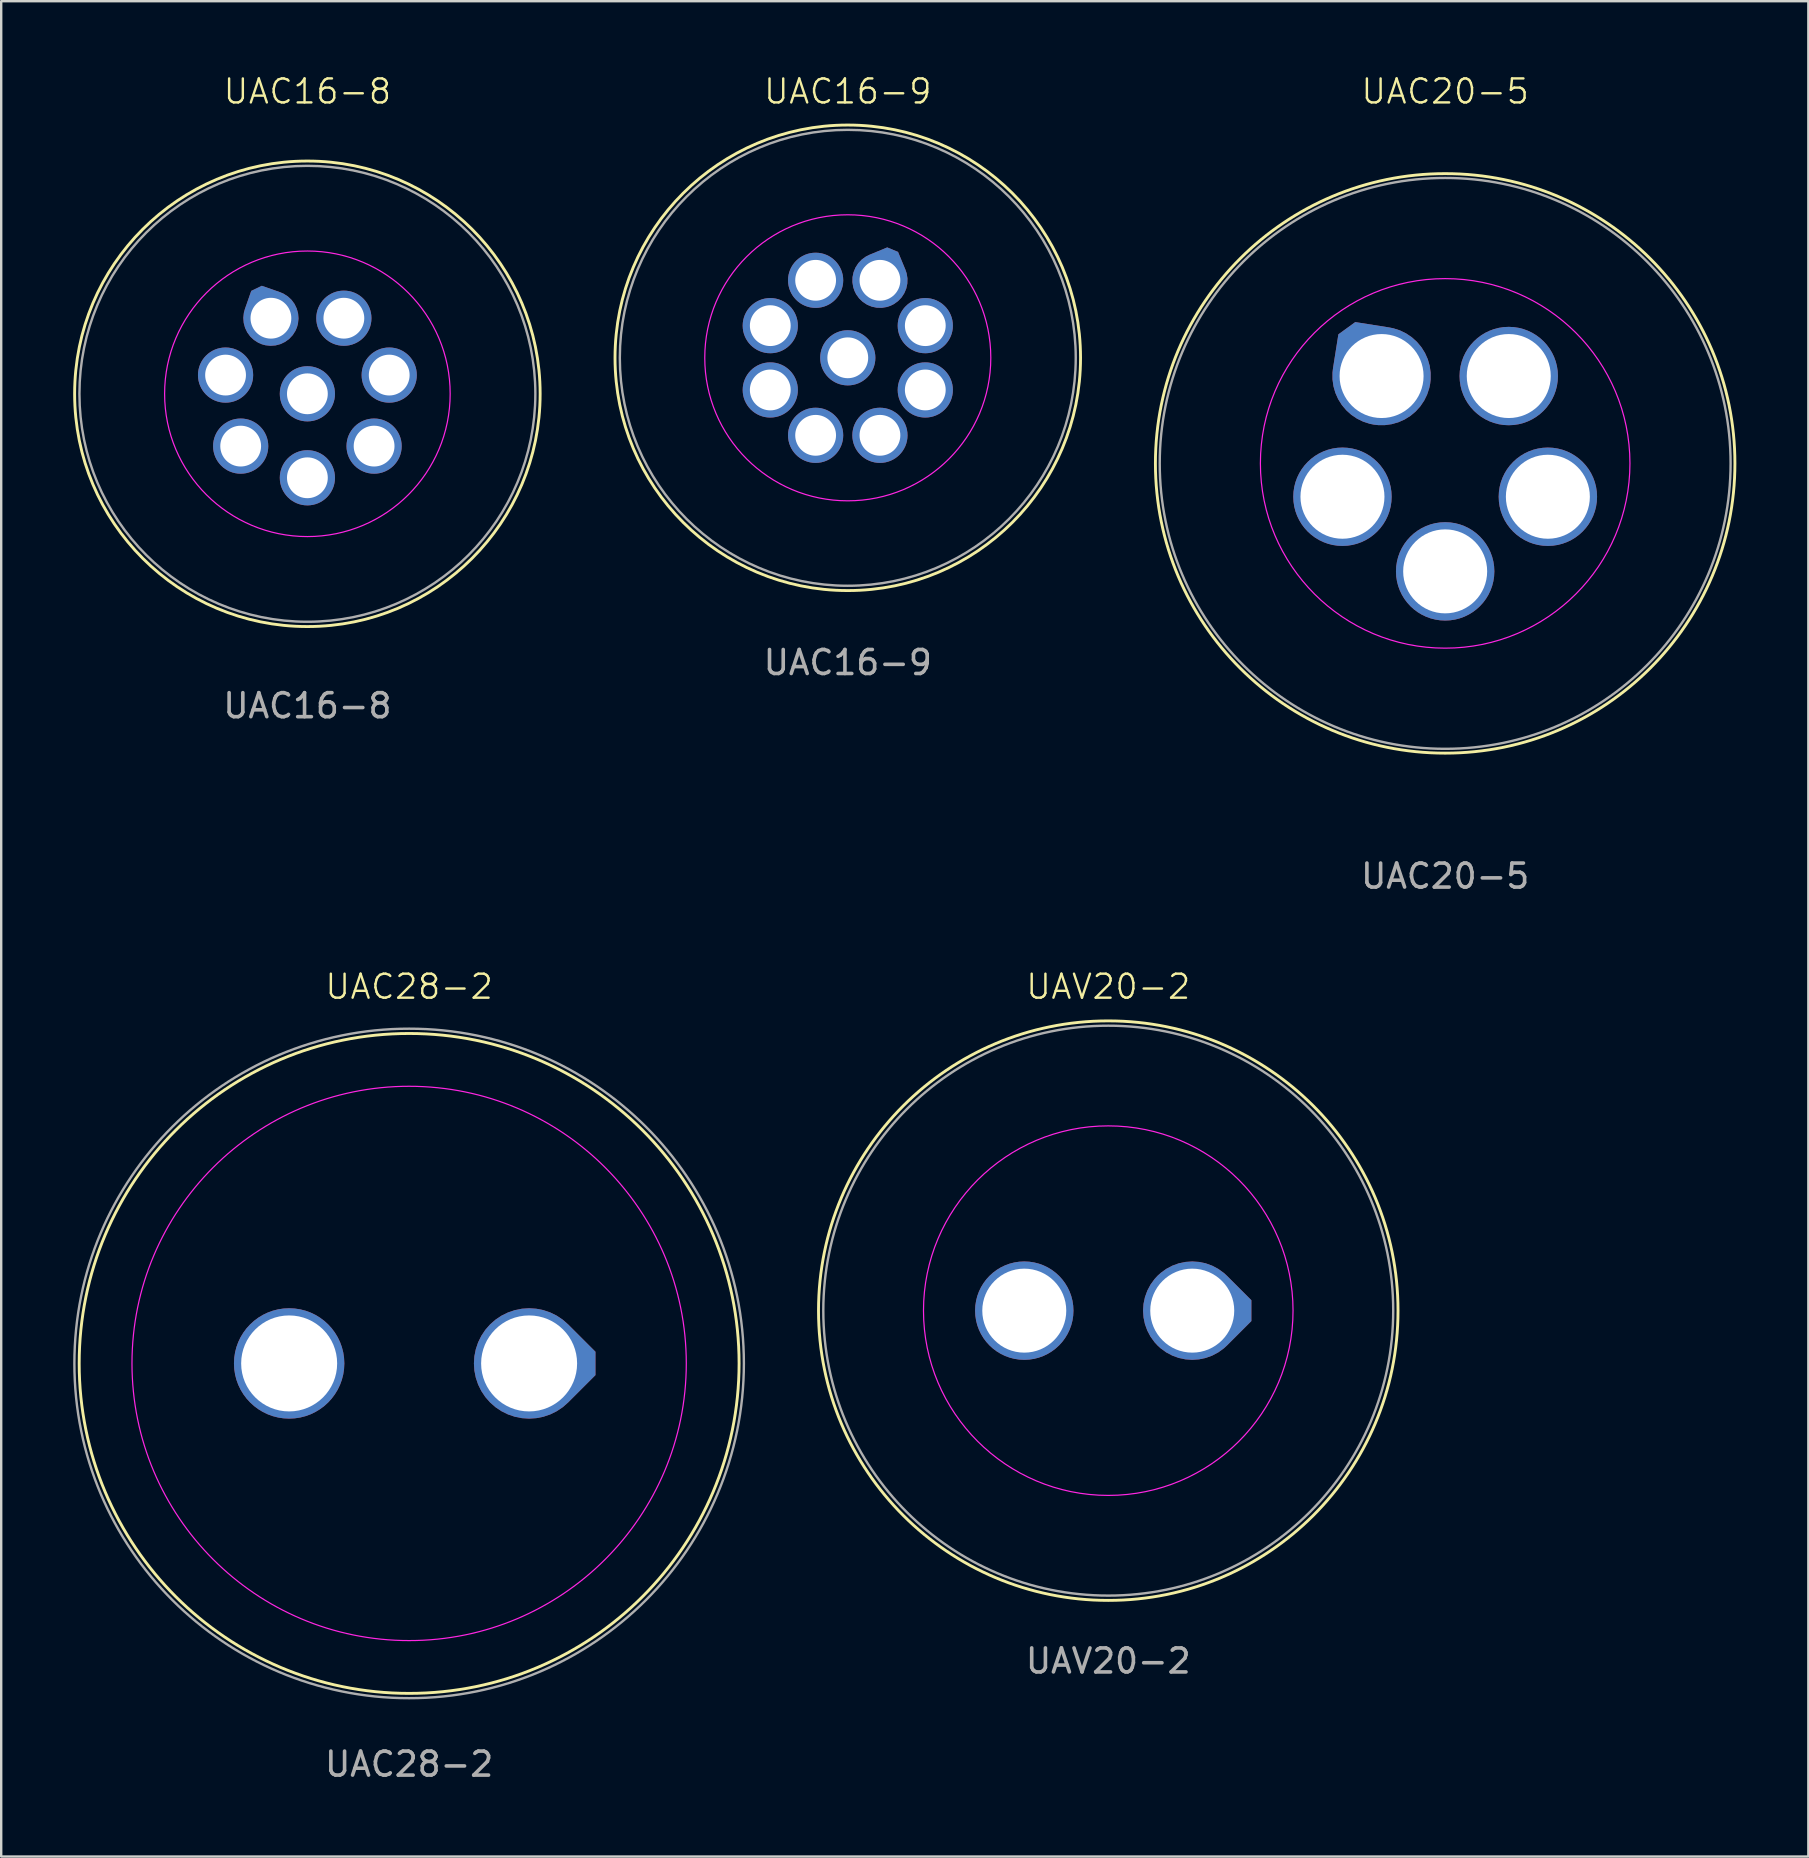
<source format=kicad_pcb>
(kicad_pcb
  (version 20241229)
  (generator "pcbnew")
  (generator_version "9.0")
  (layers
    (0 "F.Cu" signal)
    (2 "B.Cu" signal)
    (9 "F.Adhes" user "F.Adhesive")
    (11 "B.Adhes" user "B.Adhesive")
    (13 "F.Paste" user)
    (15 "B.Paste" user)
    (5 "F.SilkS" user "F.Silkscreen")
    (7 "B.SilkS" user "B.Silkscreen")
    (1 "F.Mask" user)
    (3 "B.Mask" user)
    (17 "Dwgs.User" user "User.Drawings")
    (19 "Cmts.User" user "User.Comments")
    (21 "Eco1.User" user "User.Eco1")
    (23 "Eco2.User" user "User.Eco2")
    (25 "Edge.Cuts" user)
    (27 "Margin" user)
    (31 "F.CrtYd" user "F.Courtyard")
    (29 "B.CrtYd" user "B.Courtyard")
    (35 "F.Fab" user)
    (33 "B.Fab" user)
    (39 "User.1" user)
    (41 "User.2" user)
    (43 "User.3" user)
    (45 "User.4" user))
  (footprint "UAC16-9"
    (layer "F.Cu")
    (at 32.28 11.861)
    (property "Reference" "UAC16-9" (at 0 -11.1 0) (unlocked yes) (layer "F.SilkS") (effects (font (size 1 1) (thickness 0.1))))
    (attr through_hole)
    (fp_circle (center 0 0) (end 9.7 0) (stroke (width 0.12) (type solid)) (fill no) (layer "F.SilkS"))
    (fp_circle (center 0 0) (end 5.96 0) (stroke (width 0.05) (type solid)) (fill no) (layer "F.CrtYd"))
    (fp_circle (center 0 0) (end 9.5 0) (stroke (width 0.1) (type solid)) (fill no) (layer "F.Fab"))
    (fp_text user "${REFERENCE}" (at 0 12.7 0) (unlocked yes) (layer "F.Fab") (effects (font (size 1 1) (thickness 0.15))))
    (pad "1" thru_hole roundrect (at 1.34 -3.23 292.5) (size 2.3 2.3) (drill 1.7) (layers "*.Cu" "*.Mask") (roundrect_rratio 0.5) (chamfer_ratio 0.15) (chamfer top_left))
    (pad "2" thru_hole circle (at -1.34 -3.23) (size 2.3 2.3) (drill 1.7) (layers "*.Cu" "*.Mask"))
    (pad "3" thru_hole circle (at 3.23 -1.34) (size 2.3 2.3) (drill 1.7) (layers "*.Cu" "*.Mask"))
    (pad "4" thru_hole circle (at 0 0) (size 2.3 2.3) (drill 1.7) (layers "*.Cu" "*.Mask"))
    (pad "5" thru_hole circle (at -3.23 -1.34) (size 2.3 2.3) (drill 1.7) (layers "*.Cu" "*.Mask"))
    (pad "6" thru_hole circle (at 3.23 1.34) (size 2.3 2.3) (drill 1.7) (layers "*.Cu" "*.Mask"))
    (pad "7" thru_hole circle (at -3.23 1.34) (size 2.3 2.3) (drill 1.7) (layers "*.Cu" "*.Mask"))
    (pad "8" thru_hole circle (at 1.34 3.23) (size 2.3 2.3) (drill 1.7) (layers "*.Cu" "*.Mask"))
    (pad "9" thru_hole circle (at -1.34 3.23) (size 2.3 2.3) (drill 1.7) (layers "*.Cu" "*.Mask")))
  (footprint "UAV20-2"
    (layer "F.Cu")
    (at 43.135 51.569)
    (property "Reference" "UAV20-2" (at 0 -13.5 0) (unlocked yes) (layer "F.SilkS") (effects (font (size 1 1) (thickness 0.1))))
    (attr through_hole)
    (fp_circle (center 0 0) (end 12.075 0) (stroke (width 0.12) (type solid)) (fill no) (layer "F.SilkS"))
    (fp_circle (center 0 0) (end 7.7 0) (stroke (width 0.05) (type solid)) (fill no) (layer "F.CrtYd"))
    (fp_circle (center 0 0) (end 11.875 0) (stroke (width 0.1) (type solid)) (fill no) (layer "F.Fab"))
    (fp_text user "${REFERENCE}" (at 0 14.6 0) (unlocked yes) (layer "F.Fab") (effects (font (size 1 1) (thickness 0.15))))
    (pad "1" thru_hole roundrect (at 3.5 0 225) (size 4.1 4.1) (drill 3.5) (layers "*.Cu" "*.Mask") (roundrect_rratio 0.5) (chamfer_ratio 0.15) (chamfer top_left))
    (pad "2" thru_hole circle (at -3.5 0) (size 4.1 4.1) (drill 3.5) (layers "*.Cu" "*.Mask")))
  (footprint "UAC20-5"
    (layer "F.Cu")
    (at 57.175 16.261)
    (property "Reference" "UAC20-5" (at 0 -15.5 0) (unlocked yes) (layer "F.SilkS") (effects (font (size 1 1) (thickness 0.1))))
    (attr through_hole)
    (fp_circle (center 0 0) (end 12.075 0) (stroke (width 0.12) (type solid)) (fill no) (layer "F.SilkS"))
    (fp_circle (center 0 0) (end 7.7 0) (stroke (width 0.05) (type solid)) (fill no) (layer "F.CrtYd"))
    (fp_circle (center 0 0) (end 11.895 0) (stroke (width 0.1) (type solid)) (fill no) (layer "F.Fab"))
    (fp_text user "${REFERENCE}" (at 0 17.2 0) (unlocked yes) (layer "F.Fab") (effects (font (size 1 1) (thickness 0.15))))
    (pad "1" thru_hole roundrect (at -2.65 -3.64 351) (size 4.1 4.1) (drill 3.5) (layers "*.Cu" "*.Mask") (roundrect_rratio 0.5) (chamfer_ratio 0.15) (chamfer top_left))
    (pad "2" thru_hole oval (at 2.65 -3.64 351) (size 4.1 4.1) (drill 3.5) (layers "*.Cu" "*.Mask"))
    (pad "3" thru_hole oval (at -4.28 1.39 351) (size 4.1 4.1) (drill 3.5) (layers "*.Cu" "*.Mask"))
    (pad "4" thru_hole oval (at 0 4.5 351) (size 4.1 4.1) (drill 3.5) (layers "*.Cu" "*.Mask"))
    (pad "5" thru_hole oval (at 4.28 1.39 351) (size 4.1 4.1) (drill 3.5) (layers "*.Cu" "*.Mask")))
  (footprint "UAC28-2"
    (layer "F.Cu")
    (at 14 53.769)
    (property "Reference" "UAC28-2" (at 0 -15.7 0) (unlocked yes) (layer "F.SilkS") (effects (font (size 1 1) (thickness 0.1))))
    (attr through_hole)
    (fp_circle (center 0 0) (end 13.75 0) (stroke (width 0.12) (type solid)) (fill no) (layer "F.SilkS"))
    (fp_circle (center 0 0) (end 11.55 0) (stroke (width 0.05) (type solid)) (fill no) (layer "F.CrtYd"))
    (fp_circle (center 0 0) (end 13.95 0) (stroke (width 0.1) (type solid)) (fill no) (layer "F.Fab"))
    (fp_text user "${REFERENCE}" (at 0 16.7 0) (unlocked yes) (layer "F.Fab") (effects (font (size 1 1) (thickness 0.15))))
    (pad "1" thru_hole roundrect (at 5 0 225) (size 4.6 4.6) (drill 4) (layers "*.Cu" "*.Mask") (roundrect_rratio 0.5) (chamfer_ratio 0.15) (chamfer top_left))
    (pad "2" thru_hole circle (at -5 0) (size 4.6 4.6) (drill 4) (layers "*.Cu" "*.Mask")))
  (footprint "UAC16-8"
    (layer "F.Cu")
    (at 9.76 13.361)
    (property "Reference" "UAC16-8" (at 0 -12.6 0) (unlocked yes) (layer "F.SilkS") (effects (font (size 1 1) (thickness 0.1))))
    (attr through_hole)
    (fp_circle (center 0 0) (end 9.7 0) (stroke (width 0.12) (type solid)) (fill no) (layer "F.SilkS"))
    (fp_circle (center 0 0) (end 5.95 0) (stroke (width 0.05) (type solid)) (fill no) (layer "F.CrtYd"))
    (fp_circle (center 0 0) (end 9.5 0) (stroke (width 0.1) (type solid)) (fill no) (layer "F.Fab"))
    (fp_text user "${REFERENCE}" (at 0 13 0) (unlocked yes) (layer "F.Fab") (effects (font (size 1 1) (thickness 0.15))))
    (pad "1" thru_hole roundrect (at -1.52 -3.15 340.71) (size 2.3 2.3) (drill 1.7) (layers "*.Cu" "*.Mask") (roundrect_rratio 0.5) (chamfer_ratio 0.15) (chamfer top_left))
    (pad "2" thru_hole circle (at -3.41 -0.78) (size 2.3 2.3) (drill 1.7) (layers "*.Cu" "*.Mask"))
    (pad "3" thru_hole circle (at -2.78 2.18) (size 2.3 2.3) (drill 1.7) (layers "*.Cu" "*.Mask"))
    (pad "4" thru_hole circle (at 0 3.5) (size 2.3 2.3) (drill 1.7) (layers "*.Cu" "*.Mask"))
    (pad "5" thru_hole circle (at 2.78 2.18) (size 2.3 2.3) (drill 1.7) (layers "*.Cu" "*.Mask"))
    (pad "6" thru_hole circle (at 3.41 -0.78) (size 2.3 2.3) (drill 1.7) (layers "*.Cu" "*.Mask"))
    (pad "7" thru_hole circle (at 1.52 -3.15) (size 2.3 2.3) (drill 1.7) (layers "*.Cu" "*.Mask"))
    (pad "8" thru_hole circle (at 0 0) (size 2.3 2.3) (drill 1.7) (layers "*.Cu" "*.Mask")))
  (gr_rect
    (start -3 -3)
    (end 72.31 74.317)
    (stroke (width 0.1) (type default))
    (fill no)
    (layer "Edge.Cuts")))
</source>
